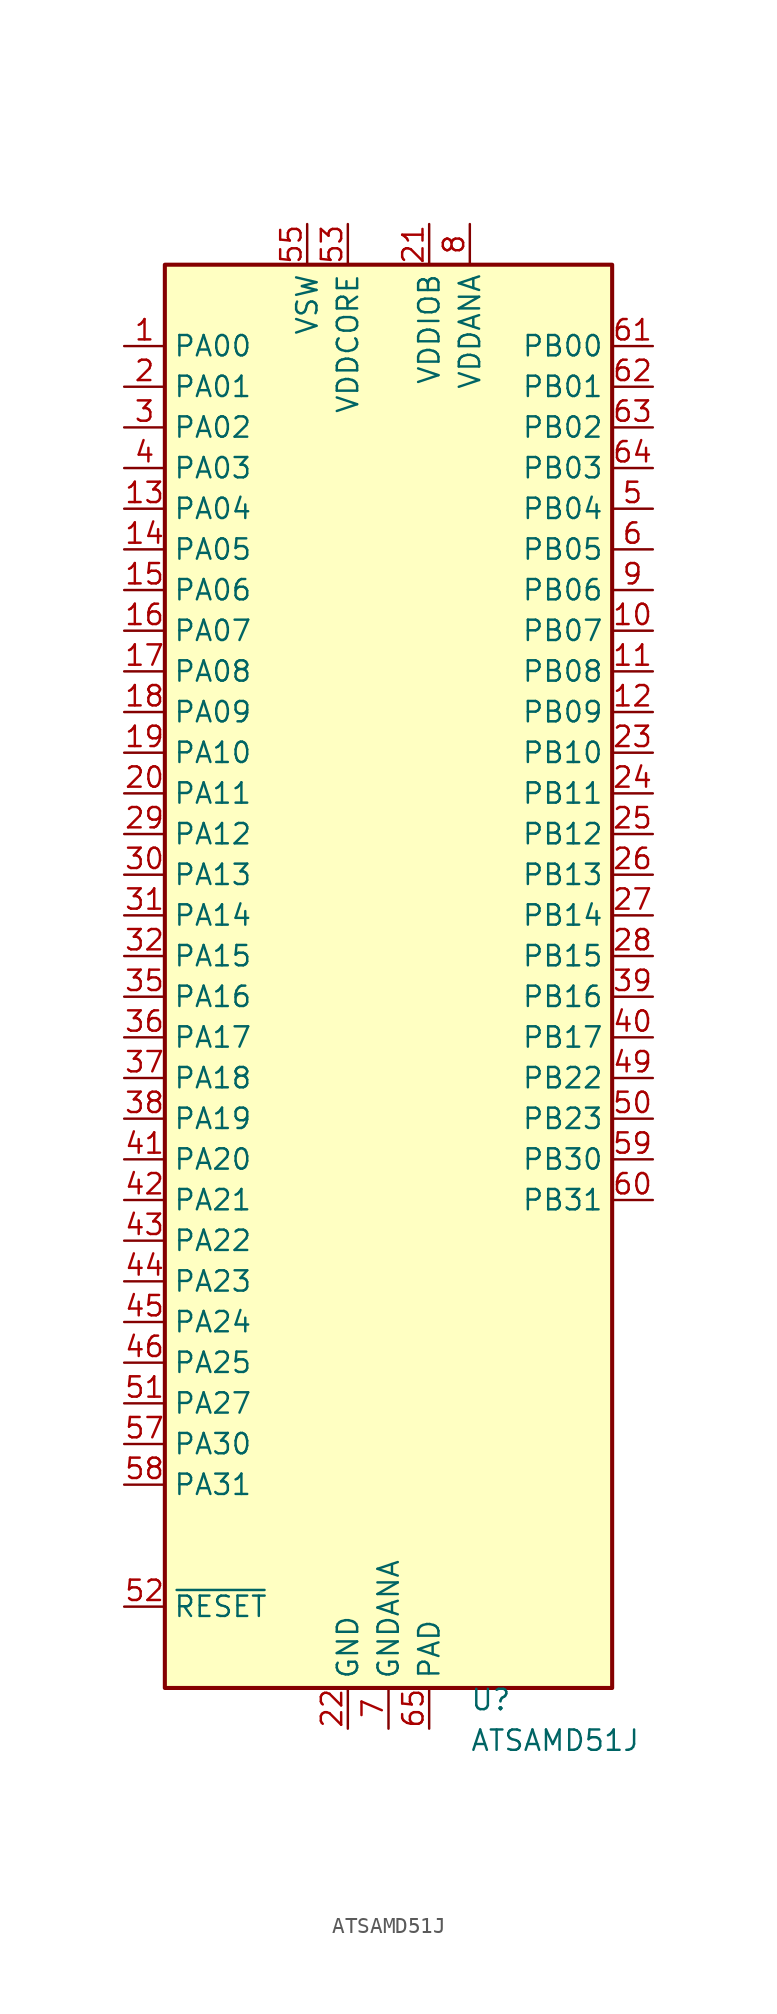
<source format=kicad_sym>
(kicad_symbol_lib
  (version 20231120)
  (generator "kicad_symbol_editor")
  (generator_version "8.0")
  (symbol "ATSAMD51J"
    (property "Reference" "U"
      (at 5.08 -44.45 0)
      (effects (font (size 1.27 1.27)) (justify left top)))
    (property "Value" "ATSAMD51J"
      (at 5.08 -46.99 0)
      (effects (font (size 1.27 1.27)) (justify left top)))
    (symbol "ATSAMD51J_0_1"
      (rectangle (start -13.97 44.45) (end 13.97 -44.45) (stroke (width 0.254) (type default)) (fill (type background))))
    (symbol "ATSAMD51J_1_0"
      (pin bidirectional line (at 16.51 31.75 180) (length 2.54) (name "PB03" (effects (font (size 1.27 1.27)))) (number "64" (effects (font (size 1.27 1.27)))) (alternate "GPIOIN" input line)))
    (symbol "ATSAMD51J_1_1"
      (pin bidirectional line (at -16.51 39.37 0) (length 2.54) (name "PA00" (effects (font (size 1.27 1.27)))) (number "1" (effects (font (size 1.27 1.27)))))
      (pin bidirectional line (at 16.51 21.59 180) (length 2.54) (name "PB07" (effects (font (size 1.27 1.27)))) (number "10" (effects (font (size 1.27 1.27)))))
      (pin bidirectional line (at 16.51 19.05 180) (length 2.54) (name "PB08" (effects (font (size 1.27 1.27)))) (number "11" (effects (font (size 1.27 1.27)))))
      (pin bidirectional line (at 16.51 16.51 180) (length 2.54) (name "PB09" (effects (font (size 1.27 1.27)))) (number "12" (effects (font (size 1.27 1.27)))))
      (pin bidirectional line (at -16.51 29.21 0) (length 2.54) (name "PA04" (effects (font (size 1.27 1.27)))) (number "13" (effects (font (size 1.27 1.27)))))
      (pin bidirectional line (at -16.51 26.67 0) (length 2.54) (name "PA05" (effects (font (size 1.27 1.27)))) (number "14" (effects (font (size 1.27 1.27)))))
      (pin bidirectional line (at -16.51 24.13 0) (length 2.54) (name "PA06" (effects (font (size 1.27 1.27)))) (number "15" (effects (font (size 1.27 1.27)))))
      (pin bidirectional line (at -16.51 21.59 0) (length 2.54) (name "PA07" (effects (font (size 1.27 1.27)))) (number "16" (effects (font (size 1.27 1.27)))))
      (pin bidirectional line (at -16.51 19.05 0) (length 2.54) (name "PA08" (effects (font (size 1.27 1.27)))) (number "17" (effects (font (size 1.27 1.27)))))
      (pin bidirectional line (at -16.51 16.51 0) (length 2.54) (name "PA09" (effects (font (size 1.27 1.27)))) (number "18" (effects (font (size 1.27 1.27)))))
      (pin bidirectional line (at -16.51 13.97 0) (length 2.54) (name "PA10" (effects (font (size 1.27 1.27)))) (number "19" (effects (font (size 1.27 1.27)))))
      (pin bidirectional line (at -16.51 36.83 0) (length 2.54) (name "PA01" (effects (font (size 1.27 1.27)))) (number "2" (effects (font (size 1.27 1.27)))))
      (pin bidirectional line (at -16.51 11.43 0) (length 2.54) (name "PA11" (effects (font (size 1.27 1.27)))) (number "20" (effects (font (size 1.27 1.27)))))
      (pin power_in line (at 2.54 46.99 270) (length 2.54) (name "VDDIOB" (effects (font (size 1.27 1.27)))) (number "21" (effects (font (size 1.27 1.27)))))
      (pin power_in line (at -2.54 -46.99 90) (length 2.54) (name "GND" (effects (font (size 1.27 1.27)))) (number "22" (effects (font (size 1.27 1.27)))))
      (pin bidirectional line (at 16.51 13.97 180) (length 2.54) (name "PB10" (effects (font (size 1.27 1.27)))) (number "23" (effects (font (size 1.27 1.27)))))
      (pin bidirectional line (at 16.51 11.43 180) (length 2.54) (name "PB11" (effects (font (size 1.27 1.27)))) (number "24" (effects (font (size 1.27 1.27)))))
      (pin bidirectional line (at 16.51 8.89 180) (length 2.54) (name "PB12" (effects (font (size 1.27 1.27)))) (number "25" (effects (font (size 1.27 1.27)))))
      (pin bidirectional line (at 16.51 6.35 180) (length 2.54) (name "PB13" (effects (font (size 1.27 1.27)))) (number "26" (effects (font (size 1.27 1.27)))))
      (pin bidirectional line (at 16.51 3.81 180) (length 2.54) (name "PB14" (effects (font (size 1.27 1.27)))) (number "27" (effects (font (size 1.27 1.27)))))
      (pin bidirectional line (at 16.51 1.27 180) (length 2.54) (name "PB15" (effects (font (size 1.27 1.27)))) (number "28" (effects (font (size 1.27 1.27)))))
      (pin bidirectional line (at -16.51 8.89 0) (length 2.54) (name "PA12" (effects (font (size 1.27 1.27)))) (number "29" (effects (font (size 1.27 1.27)))))
      (pin bidirectional line (at -16.51 34.29 0) (length 2.54) (name "PA02" (effects (font (size 1.27 1.27)))) (number "3" (effects (font (size 1.27 1.27)))))
      (pin bidirectional line (at -16.51 6.35 0) (length 2.54) (name "PA13" (effects (font (size 1.27 1.27)))) (number "30" (effects (font (size 1.27 1.27)))))
      (pin bidirectional line (at -16.51 3.81 0) (length 2.54) (name "PA14" (effects (font (size 1.27 1.27)))) (number "31" (effects (font (size 1.27 1.27)))))
      (pin bidirectional line (at -16.51 1.27 0) (length 2.54) (name "PA15" (effects (font (size 1.27 1.27)))) (number "32" (effects (font (size 1.27 1.27)))))
      (pin passive line (at -2.54 -46.99 90) (length 2.54) hide (name "GND" (effects (font (size 1.27 1.27)))) (number "33" (effects (font (size 1.27 1.27)))))
      (pin passive line (at 2.54 46.99 270) (length 2.54) hide (name "VDDIO" (effects (font (size 1.27 1.27)))) (number "34" (effects (font (size 1.27 1.27)))))
      (pin bidirectional line (at -16.51 -1.27 0) (length 2.54) (name "PA16" (effects (font (size 1.27 1.27)))) (number "35" (effects (font (size 1.27 1.27)))))
      (pin bidirectional line (at -16.51 -3.81 0) (length 2.54) (name "PA17" (effects (font (size 1.27 1.27)))) (number "36" (effects (font (size 1.27 1.27)))))
      (pin bidirectional line (at -16.51 -6.35 0) (length 2.54) (name "PA18" (effects (font (size 1.27 1.27)))) (number "37" (effects (font (size 1.27 1.27)))))
      (pin bidirectional line (at -16.51 -8.89 0) (length 2.54) (name "PA19" (effects (font (size 1.27 1.27)))) (number "38" (effects (font (size 1.27 1.27)))))
      (pin bidirectional line (at 16.51 -1.27 180) (length 2.54) (name "PB16" (effects (font (size 1.27 1.27)))) (number "39" (effects (font (size 1.27 1.27)))))
      (pin bidirectional line (at -16.51 31.75 0) (length 2.54) (name "PA03" (effects (font (size 1.27 1.27)))) (number "4" (effects (font (size 1.27 1.27)))) (alternate "ANAREF" input line))
      (pin bidirectional line (at 16.51 -3.81 180) (length 2.54) (name "PB17" (effects (font (size 1.27 1.27)))) (number "40" (effects (font (size 1.27 1.27)))))
      (pin bidirectional line (at -16.51 -11.43 0) (length 2.54) (name "PA20" (effects (font (size 1.27 1.27)))) (number "41" (effects (font (size 1.27 1.27)))))
      (pin bidirectional line (at -16.51 -13.97 0) (length 2.54) (name "PA21" (effects (font (size 1.27 1.27)))) (number "42" (effects (font (size 1.27 1.27)))))
      (pin bidirectional line (at -16.51 -16.51 0) (length 2.54) (name "PA22" (effects (font (size 1.27 1.27)))) (number "43" (effects (font (size 1.27 1.27)))))
      (pin bidirectional line (at -16.51 -19.05 0) (length 2.54) (name "PA23" (effects (font (size 1.27 1.27)))) (number "44" (effects (font (size 1.27 1.27)))))
      (pin bidirectional line (at -16.51 -21.59 0) (length 2.54) (name "PA24" (effects (font (size 1.27 1.27)))) (number "45" (effects (font (size 1.27 1.27)))) (alternate "USB-" bidirectional line))
      (pin bidirectional line (at -16.51 -24.13 0) (length 2.54) (name "PA25" (effects (font (size 1.27 1.27)))) (number "46" (effects (font (size 1.27 1.27)))) (alternate "USB+" bidirectional line))
      (pin passive line (at -2.54 -46.99 90) (length 2.54) hide (name "GND" (effects (font (size 1.27 1.27)))) (number "47" (effects (font (size 1.27 1.27)))))
      (pin passive line (at 2.54 46.99 270) (length 2.54) hide (name "VDDIO" (effects (font (size 1.27 1.27)))) (number "48" (effects (font (size 1.27 1.27)))))
      (pin bidirectional line (at 16.51 -6.35 180) (length 2.54) (name "PB22" (effects (font (size 1.27 1.27)))) (number "49" (effects (font (size 1.27 1.27)))))
      (pin bidirectional line (at 16.51 29.21 180) (length 2.54) (name "PB04" (effects (font (size 1.27 1.27)))) (number "5" (effects (font (size 1.27 1.27)))))
      (pin bidirectional line (at 16.51 -8.89 180) (length 2.54) (name "PB23" (effects (font (size 1.27 1.27)))) (number "50" (effects (font (size 1.27 1.27)))))
      (pin bidirectional line (at -16.51 -26.67 0) (length 2.54) (name "PA27" (effects (font (size 1.27 1.27)))) (number "51" (effects (font (size 1.27 1.27)))))
      (pin input line (at -16.51 -39.37 0) (length 2.54) (name "~{RESET}" (effects (font (size 1.27 1.27)))) (number "52" (effects (font (size 1.27 1.27)))))
      (pin power_out line (at -2.54 46.99 270) (length 2.54) (name "VDDCORE" (effects (font (size 1.27 1.27)))) (number "53" (effects (font (size 1.27 1.27)))))
      (pin passive line (at -2.54 -46.99 90) (length 2.54) hide (name "GND" (effects (font (size 1.27 1.27)))) (number "54" (effects (font (size 1.27 1.27)))))
      (pin power_in line (at -5.08 46.99 270) (length 2.54) (name "VSW" (effects (font (size 1.27 1.27)))) (number "55" (effects (font (size 1.27 1.27)))))
      (pin passive line (at 2.54 46.99 270) (length 2.54) hide (name "VDDIO" (effects (font (size 1.27 1.27)))) (number "56" (effects (font (size 1.27 1.27)))))
      (pin bidirectional line (at -16.51 -29.21 0) (length 2.54) (name "PA30" (effects (font (size 1.27 1.27)))) (number "57" (effects (font (size 1.27 1.27)))))
      (pin bidirectional line (at -16.51 -31.75 0) (length 2.54) (name "PA31" (effects (font (size 1.27 1.27)))) (number "58" (effects (font (size 1.27 1.27)))))
      (pin bidirectional line (at 16.51 -11.43 180) (length 2.54) (name "PB30" (effects (font (size 1.27 1.27)))) (number "59" (effects (font (size 1.27 1.27)))))
      (pin bidirectional line (at 16.51 26.67 180) (length 2.54) (name "PB05" (effects (font (size 1.27 1.27)))) (number "6" (effects (font (size 1.27 1.27)))))
      (pin bidirectional line (at 16.51 -13.97 180) (length 2.54) (name "PB31" (effects (font (size 1.27 1.27)))) (number "60" (effects (font (size 1.27 1.27)))))
      (pin bidirectional line (at 16.51 39.37 180) (length 2.54) (name "PB00" (effects (font (size 1.27 1.27)))) (number "61" (effects (font (size 1.27 1.27)))))
      (pin bidirectional line (at 16.51 36.83 180) (length 2.54) (name "PB01" (effects (font (size 1.27 1.27)))) (number "62" (effects (font (size 1.27 1.27)))))
      (pin bidirectional line (at 16.51 34.29 180) (length 2.54) (name "PB02" (effects (font (size 1.27 1.27)))) (number "63" (effects (font (size 1.27 1.27)))))
      (pin power_in line (at 2.54 -46.99 90) (length 2.54) (name "PAD" (effects (font (size 1.27 1.27)))) (number "65" (effects (font (size 1.27 1.27)))))
      (pin power_in line (at 0 -46.99 90) (length 2.54) (name "GNDANA" (effects (font (size 1.27 1.27)))) (number "7" (effects (font (size 1.27 1.27)))))
      (pin power_in line (at 5.08 46.99 270) (length 2.54) (name "VDDANA" (effects (font (size 1.27 1.27)))) (number "8" (effects (font (size 1.27 1.27)))))
      (pin bidirectional line (at 16.51 24.13 180) (length 2.54) (name "PB06" (effects (font (size 1.27 1.27)))) (number "9" (effects (font (size 1.27 1.27))))))))
</source>
